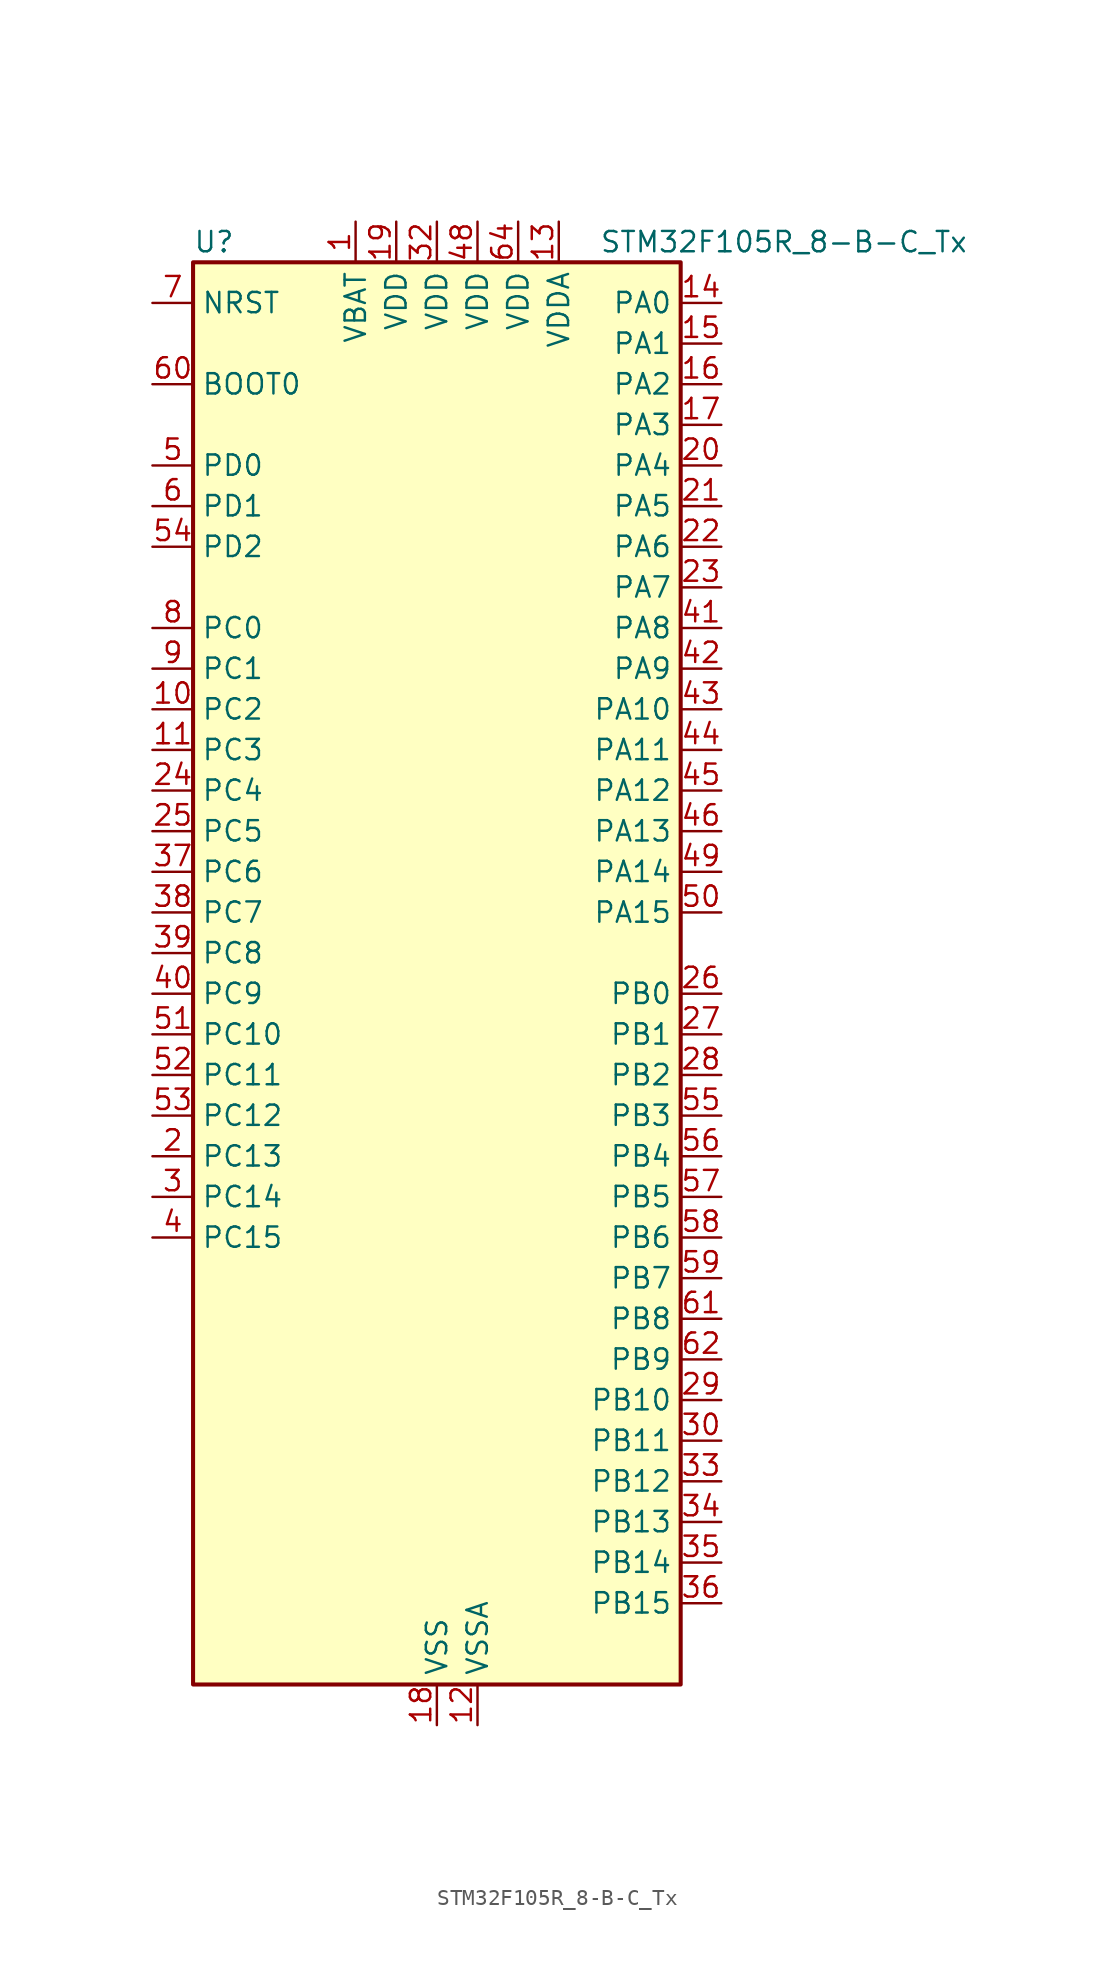
<source format=kicad_sym>
(kicad_symbol_lib
  (version 20231120)
  (generator "kicad_symbol_editor")
  (generator_version "8.0")
  (symbol "STM32F105R_8-B-C_Tx"
    (property "Reference" "U"
      (at -15.24 46.99 0)
      (effects (font (size 1.27 1.27)) (justify left)))
    (property "Value" "STM32F105R_8-B-C_Tx"
      (at 10.16 46.99 0)
      (effects (font (size 1.27 1.27)) (justify left)))
    (property "ki_locked" ""
      (at 0 0 0)
      (effects (font (size 1.27 1.27))))
    (symbol "STM32F105R_8-B-C_Tx_0_1"
      (rectangle (start -15.24 -43.18) (end 15.24 45.72) (stroke (width 0.254) (type default)) (fill (type background))))
    (symbol "STM32F105R_8-B-C_Tx_1_1"
      (pin power_in line (at -5.08 48.26 270) (length 2.54) (name "VBAT" (effects (font (size 1.27 1.27)))) (number "1" (effects (font (size 1.27 1.27)))))
      (pin bidirectional line (at -17.78 17.78 0) (length 2.54) (name "PC2" (effects (font (size 1.27 1.27)))) (number "10" (effects (font (size 1.27 1.27)))) (alternate "ADC1_IN12" bidirectional line) (alternate "ADC2_IN12" bidirectional line))
      (pin bidirectional line (at -17.78 15.24 0) (length 2.54) (name "PC3" (effects (font (size 1.27 1.27)))) (number "11" (effects (font (size 1.27 1.27)))) (alternate "ADC1_IN13" bidirectional line) (alternate "ADC2_IN13" bidirectional line))
      (pin power_in line (at 2.54 -45.72 90) (length 2.54) (name "VSSA" (effects (font (size 1.27 1.27)))) (number "12" (effects (font (size 1.27 1.27)))))
      (pin power_in line (at 7.62 48.26 270) (length 2.54) (name "VDDA" (effects (font (size 1.27 1.27)))) (number "13" (effects (font (size 1.27 1.27)))))
      (pin bidirectional line (at 17.78 43.18 180) (length 2.54) (name "PA0" (effects (font (size 1.27 1.27)))) (number "14" (effects (font (size 1.27 1.27)))) (alternate "ADC1_IN0" bidirectional line) (alternate "ADC2_IN0" bidirectional line) (alternate "SYS_WKUP" bidirectional line) (alternate "TIM2_CH1" bidirectional line) (alternate "TIM2_ETR" bidirectional line) (alternate "TIM5_CH1" bidirectional line) (alternate "USART2_CTS" bidirectional line))
      (pin bidirectional line (at 17.78 40.64 180) (length 2.54) (name "PA1" (effects (font (size 1.27 1.27)))) (number "15" (effects (font (size 1.27 1.27)))) (alternate "ADC1_IN1" bidirectional line) (alternate "ADC2_IN1" bidirectional line) (alternate "TIM2_CH2" bidirectional line) (alternate "TIM5_CH2" bidirectional line) (alternate "USART2_RTS" bidirectional line))
      (pin bidirectional line (at 17.78 38.1 180) (length 2.54) (name "PA2" (effects (font (size 1.27 1.27)))) (number "16" (effects (font (size 1.27 1.27)))) (alternate "ADC1_IN2" bidirectional line) (alternate "ADC2_IN2" bidirectional line) (alternate "TIM2_CH3" bidirectional line) (alternate "TIM5_CH3" bidirectional line) (alternate "USART2_TX" bidirectional line))
      (pin bidirectional line (at 17.78 35.56 180) (length 2.54) (name "PA3" (effects (font (size 1.27 1.27)))) (number "17" (effects (font (size 1.27 1.27)))) (alternate "ADC1_IN3" bidirectional line) (alternate "ADC2_IN3" bidirectional line) (alternate "TIM2_CH4" bidirectional line) (alternate "TIM5_CH4" bidirectional line) (alternate "USART2_RX" bidirectional line))
      (pin power_in line (at 0 -45.72 90) (length 2.54) (name "VSS" (effects (font (size 1.27 1.27)))) (number "18" (effects (font (size 1.27 1.27)))))
      (pin power_in line (at -2.54 48.26 270) (length 2.54) (name "VDD" (effects (font (size 1.27 1.27)))) (number "19" (effects (font (size 1.27 1.27)))))
      (pin bidirectional line (at -17.78 -10.16 0) (length 2.54) (name "PC13" (effects (font (size 1.27 1.27)))) (number "2" (effects (font (size 1.27 1.27)))) (alternate "RTC_OUT" bidirectional line) (alternate "RTC_TAMPER" bidirectional line))
      (pin bidirectional line (at 17.78 33.02 180) (length 2.54) (name "PA4" (effects (font (size 1.27 1.27)))) (number "20" (effects (font (size 1.27 1.27)))) (alternate "ADC1_IN4" bidirectional line) (alternate "ADC2_IN4" bidirectional line) (alternate "DAC_OUT1" bidirectional line) (alternate "I2S3_WS" bidirectional line) (alternate "SPI1_NSS" bidirectional line) (alternate "SPI3_NSS" bidirectional line) (alternate "USART2_CK" bidirectional line))
      (pin bidirectional line (at 17.78 30.48 180) (length 2.54) (name "PA5" (effects (font (size 1.27 1.27)))) (number "21" (effects (font (size 1.27 1.27)))) (alternate "ADC1_IN5" bidirectional line) (alternate "ADC2_IN5" bidirectional line) (alternate "DAC_OUT2" bidirectional line) (alternate "SPI1_SCK" bidirectional line))
      (pin bidirectional line (at 17.78 27.94 180) (length 2.54) (name "PA6" (effects (font (size 1.27 1.27)))) (number "22" (effects (font (size 1.27 1.27)))) (alternate "ADC1_IN6" bidirectional line) (alternate "ADC2_IN6" bidirectional line) (alternate "SPI1_MISO" bidirectional line) (alternate "TIM1_BKIN" bidirectional line) (alternate "TIM3_CH1" bidirectional line))
      (pin bidirectional line (at 17.78 25.4 180) (length 2.54) (name "PA7" (effects (font (size 1.27 1.27)))) (number "23" (effects (font (size 1.27 1.27)))) (alternate "ADC1_IN7" bidirectional line) (alternate "ADC2_IN7" bidirectional line) (alternate "SPI1_MOSI" bidirectional line) (alternate "TIM1_CH1N" bidirectional line) (alternate "TIM3_CH2" bidirectional line))
      (pin bidirectional line (at -17.78 12.7 0) (length 2.54) (name "PC4" (effects (font (size 1.27 1.27)))) (number "24" (effects (font (size 1.27 1.27)))) (alternate "ADC1_IN14" bidirectional line) (alternate "ADC2_IN14" bidirectional line))
      (pin bidirectional line (at -17.78 10.16 0) (length 2.54) (name "PC5" (effects (font (size 1.27 1.27)))) (number "25" (effects (font (size 1.27 1.27)))) (alternate "ADC1_IN15" bidirectional line) (alternate "ADC2_IN15" bidirectional line))
      (pin bidirectional line (at 17.78 0 180) (length 2.54) (name "PB0" (effects (font (size 1.27 1.27)))) (number "26" (effects (font (size 1.27 1.27)))) (alternate "ADC1_IN8" bidirectional line) (alternate "ADC2_IN8" bidirectional line) (alternate "TIM1_CH2N" bidirectional line) (alternate "TIM3_CH3" bidirectional line))
      (pin bidirectional line (at 17.78 -2.54 180) (length 2.54) (name "PB1" (effects (font (size 1.27 1.27)))) (number "27" (effects (font (size 1.27 1.27)))) (alternate "ADC1_IN9" bidirectional line) (alternate "ADC2_IN9" bidirectional line) (alternate "TIM1_CH3N" bidirectional line) (alternate "TIM3_CH4" bidirectional line))
      (pin bidirectional line (at 17.78 -5.08 180) (length 2.54) (name "PB2" (effects (font (size 1.27 1.27)))) (number "28" (effects (font (size 1.27 1.27)))))
      (pin bidirectional line (at 17.78 -25.4 180) (length 2.54) (name "PB10" (effects (font (size 1.27 1.27)))) (number "29" (effects (font (size 1.27 1.27)))) (alternate "I2C2_SCL" bidirectional line) (alternate "TIM2_CH3" bidirectional line) (alternate "USART3_TX" bidirectional line))
      (pin bidirectional line (at -17.78 -12.7 0) (length 2.54) (name "PC14" (effects (font (size 1.27 1.27)))) (number "3" (effects (font (size 1.27 1.27)))) (alternate "RCC_OSC32_IN" bidirectional line))
      (pin bidirectional line (at 17.78 -27.94 180) (length 2.54) (name "PB11" (effects (font (size 1.27 1.27)))) (number "30" (effects (font (size 1.27 1.27)))) (alternate "ADC1_EXTI11" bidirectional line) (alternate "ADC2_EXTI11" bidirectional line) (alternate "I2C2_SDA" bidirectional line) (alternate "TIM2_CH4" bidirectional line) (alternate "USART3_RX" bidirectional line))
      (pin passive line (at 0 -45.72 90) (length 2.54) hide (name "VSS" (effects (font (size 1.27 1.27)))) (number "31" (effects (font (size 1.27 1.27)))))
      (pin power_in line (at 0 48.26 270) (length 2.54) (name "VDD" (effects (font (size 1.27 1.27)))) (number "32" (effects (font (size 1.27 1.27)))))
      (pin bidirectional line (at 17.78 -30.48 180) (length 2.54) (name "PB12" (effects (font (size 1.27 1.27)))) (number "33" (effects (font (size 1.27 1.27)))) (alternate "CAN2_RX" bidirectional line) (alternate "I2C2_SMBA" bidirectional line) (alternate "I2S2_WS" bidirectional line) (alternate "SPI2_NSS" bidirectional line) (alternate "TIM1_BKIN" bidirectional line) (alternate "USART3_CK" bidirectional line))
      (pin bidirectional line (at 17.78 -33.02 180) (length 2.54) (name "PB13" (effects (font (size 1.27 1.27)))) (number "34" (effects (font (size 1.27 1.27)))) (alternate "CAN2_TX" bidirectional line) (alternate "I2S2_CK" bidirectional line) (alternate "SPI2_SCK" bidirectional line) (alternate "TIM1_CH1N" bidirectional line) (alternate "USART3_CTS" bidirectional line))
      (pin bidirectional line (at 17.78 -35.56 180) (length 2.54) (name "PB14" (effects (font (size 1.27 1.27)))) (number "35" (effects (font (size 1.27 1.27)))) (alternate "SPI2_MISO" bidirectional line) (alternate "TIM1_CH2N" bidirectional line) (alternate "USART3_RTS" bidirectional line))
      (pin bidirectional line (at 17.78 -38.1 180) (length 2.54) (name "PB15" (effects (font (size 1.27 1.27)))) (number "36" (effects (font (size 1.27 1.27)))) (alternate "ADC1_EXTI15" bidirectional line) (alternate "ADC2_EXTI15" bidirectional line) (alternate "I2S2_SD" bidirectional line) (alternate "SPI2_MOSI" bidirectional line) (alternate "TIM1_CH3N" bidirectional line))
      (pin bidirectional line (at -17.78 7.62 0) (length 2.54) (name "PC6" (effects (font (size 1.27 1.27)))) (number "37" (effects (font (size 1.27 1.27)))) (alternate "I2S2_MCK" bidirectional line) (alternate "TIM3_CH1" bidirectional line))
      (pin bidirectional line (at -17.78 5.08 0) (length 2.54) (name "PC7" (effects (font (size 1.27 1.27)))) (number "38" (effects (font (size 1.27 1.27)))) (alternate "I2S3_MCK" bidirectional line) (alternate "TIM3_CH2" bidirectional line))
      (pin bidirectional line (at -17.78 2.54 0) (length 2.54) (name "PC8" (effects (font (size 1.27 1.27)))) (number "39" (effects (font (size 1.27 1.27)))) (alternate "TIM3_CH3" bidirectional line))
      (pin bidirectional line (at -17.78 -15.24 0) (length 2.54) (name "PC15" (effects (font (size 1.27 1.27)))) (number "4" (effects (font (size 1.27 1.27)))) (alternate "ADC1_EXTI15" bidirectional line) (alternate "ADC2_EXTI15" bidirectional line) (alternate "RCC_OSC32_OUT" bidirectional line))
      (pin bidirectional line (at -17.78 0 0) (length 2.54) (name "PC9" (effects (font (size 1.27 1.27)))) (number "40" (effects (font (size 1.27 1.27)))) (alternate "DAC_EXTI9" bidirectional line) (alternate "TIM3_CH4" bidirectional line))
      (pin bidirectional line (at 17.78 22.86 180) (length 2.54) (name "PA8" (effects (font (size 1.27 1.27)))) (number "41" (effects (font (size 1.27 1.27)))) (alternate "RCC_MCO" bidirectional line) (alternate "TIM1_CH1" bidirectional line) (alternate "USART1_CK" bidirectional line) (alternate "USB_OTG_FS_SOF" bidirectional line))
      (pin bidirectional line (at 17.78 20.32 180) (length 2.54) (name "PA9" (effects (font (size 1.27 1.27)))) (number "42" (effects (font (size 1.27 1.27)))) (alternate "DAC_EXTI9" bidirectional line) (alternate "TIM1_CH2" bidirectional line) (alternate "USART1_TX" bidirectional line) (alternate "USB_OTG_FS_VBUS" bidirectional line))
      (pin bidirectional line (at 17.78 17.78 180) (length 2.54) (name "PA10" (effects (font (size 1.27 1.27)))) (number "43" (effects (font (size 1.27 1.27)))) (alternate "TIM1_CH3" bidirectional line) (alternate "USART1_RX" bidirectional line) (alternate "USB_OTG_FS_ID" bidirectional line))
      (pin bidirectional line (at 17.78 15.24 180) (length 2.54) (name "PA11" (effects (font (size 1.27 1.27)))) (number "44" (effects (font (size 1.27 1.27)))) (alternate "ADC1_EXTI11" bidirectional line) (alternate "ADC2_EXTI11" bidirectional line) (alternate "CAN1_RX" bidirectional line) (alternate "TIM1_CH4" bidirectional line) (alternate "USART1_CTS" bidirectional line) (alternate "USB_OTG_FS_DM" bidirectional line))
      (pin bidirectional line (at 17.78 12.7 180) (length 2.54) (name "PA12" (effects (font (size 1.27 1.27)))) (number "45" (effects (font (size 1.27 1.27)))) (alternate "CAN1_TX" bidirectional line) (alternate "TIM1_ETR" bidirectional line) (alternate "USART1_RTS" bidirectional line) (alternate "USB_OTG_FS_DP" bidirectional line))
      (pin bidirectional line (at 17.78 10.16 180) (length 2.54) (name "PA13" (effects (font (size 1.27 1.27)))) (number "46" (effects (font (size 1.27 1.27)))) (alternate "SYS_JTMS-SWDIO" bidirectional line))
      (pin passive line (at 0 -45.72 90) (length 2.54) hide (name "VSS" (effects (font (size 1.27 1.27)))) (number "47" (effects (font (size 1.27 1.27)))))
      (pin power_in line (at 2.54 48.26 270) (length 2.54) (name "VDD" (effects (font (size 1.27 1.27)))) (number "48" (effects (font (size 1.27 1.27)))))
      (pin bidirectional line (at 17.78 7.62 180) (length 2.54) (name "PA14" (effects (font (size 1.27 1.27)))) (number "49" (effects (font (size 1.27 1.27)))) (alternate "SYS_JTCK-SWCLK" bidirectional line))
      (pin bidirectional line (at -17.78 33.02 0) (length 2.54) (name "PD0" (effects (font (size 1.27 1.27)))) (number "5" (effects (font (size 1.27 1.27)))) (alternate "RCC_OSC_IN" bidirectional line))
      (pin bidirectional line (at 17.78 5.08 180) (length 2.54) (name "PA15" (effects (font (size 1.27 1.27)))) (number "50" (effects (font (size 1.27 1.27)))) (alternate "ADC1_EXTI15" bidirectional line) (alternate "ADC2_EXTI15" bidirectional line) (alternate "I2S3_WS" bidirectional line) (alternate "SPI1_NSS" bidirectional line) (alternate "SPI3_NSS" bidirectional line) (alternate "SYS_JTDI" bidirectional line) (alternate "TIM2_CH1" bidirectional line) (alternate "TIM2_ETR" bidirectional line))
      (pin bidirectional line (at -17.78 -2.54 0) (length 2.54) (name "PC10" (effects (font (size 1.27 1.27)))) (number "51" (effects (font (size 1.27 1.27)))) (alternate "I2S3_CK" bidirectional line) (alternate "SPI3_SCK" bidirectional line) (alternate "UART4_TX" bidirectional line) (alternate "USART3_TX" bidirectional line))
      (pin bidirectional line (at -17.78 -5.08 0) (length 2.54) (name "PC11" (effects (font (size 1.27 1.27)))) (number "52" (effects (font (size 1.27 1.27)))) (alternate "ADC1_EXTI11" bidirectional line) (alternate "ADC2_EXTI11" bidirectional line) (alternate "SPI3_MISO" bidirectional line) (alternate "UART4_RX" bidirectional line) (alternate "USART3_RX" bidirectional line))
      (pin bidirectional line (at -17.78 -7.62 0) (length 2.54) (name "PC12" (effects (font (size 1.27 1.27)))) (number "53" (effects (font (size 1.27 1.27)))) (alternate "I2S3_SD" bidirectional line) (alternate "SPI3_MOSI" bidirectional line) (alternate "UART5_TX" bidirectional line) (alternate "USART3_CK" bidirectional line))
      (pin bidirectional line (at -17.78 27.94 0) (length 2.54) (name "PD2" (effects (font (size 1.27 1.27)))) (number "54" (effects (font (size 1.27 1.27)))) (alternate "TIM3_ETR" bidirectional line) (alternate "UART5_RX" bidirectional line))
      (pin bidirectional line (at 17.78 -7.62 180) (length 2.54) (name "PB3" (effects (font (size 1.27 1.27)))) (number "55" (effects (font (size 1.27 1.27)))) (alternate "I2S3_CK" bidirectional line) (alternate "SPI1_SCK" bidirectional line) (alternate "SPI3_SCK" bidirectional line) (alternate "SYS_JTDO" bidirectional line) (alternate "SYS_TRACESWO" bidirectional line) (alternate "TIM2_CH2" bidirectional line))
      (pin bidirectional line (at 17.78 -10.16 180) (length 2.54) (name "PB4" (effects (font (size 1.27 1.27)))) (number "56" (effects (font (size 1.27 1.27)))) (alternate "SPI1_MISO" bidirectional line) (alternate "SPI3_MISO" bidirectional line) (alternate "SYS_NJTRST" bidirectional line) (alternate "TIM3_CH1" bidirectional line))
      (pin bidirectional line (at 17.78 -12.7 180) (length 2.54) (name "PB5" (effects (font (size 1.27 1.27)))) (number "57" (effects (font (size 1.27 1.27)))) (alternate "CAN2_RX" bidirectional line) (alternate "I2C1_SMBA" bidirectional line) (alternate "I2S3_SD" bidirectional line) (alternate "SPI1_MOSI" bidirectional line) (alternate "SPI3_MOSI" bidirectional line) (alternate "TIM3_CH2" bidirectional line))
      (pin bidirectional line (at 17.78 -15.24 180) (length 2.54) (name "PB6" (effects (font (size 1.27 1.27)))) (number "58" (effects (font (size 1.27 1.27)))) (alternate "CAN2_TX" bidirectional line) (alternate "I2C1_SCL" bidirectional line) (alternate "TIM4_CH1" bidirectional line) (alternate "USART1_TX" bidirectional line))
      (pin bidirectional line (at 17.78 -17.78 180) (length 2.54) (name "PB7" (effects (font (size 1.27 1.27)))) (number "59" (effects (font (size 1.27 1.27)))) (alternate "I2C1_SDA" bidirectional line) (alternate "TIM4_CH2" bidirectional line) (alternate "USART1_RX" bidirectional line))
      (pin bidirectional line (at -17.78 30.48 0) (length 2.54) (name "PD1" (effects (font (size 1.27 1.27)))) (number "6" (effects (font (size 1.27 1.27)))) (alternate "RCC_OSC_OUT" bidirectional line))
      (pin input line (at -17.78 38.1 0) (length 2.54) (name "BOOT0" (effects (font (size 1.27 1.27)))) (number "60" (effects (font (size 1.27 1.27)))))
      (pin bidirectional line (at 17.78 -20.32 180) (length 2.54) (name "PB8" (effects (font (size 1.27 1.27)))) (number "61" (effects (font (size 1.27 1.27)))) (alternate "CAN1_RX" bidirectional line) (alternate "I2C1_SCL" bidirectional line) (alternate "TIM4_CH3" bidirectional line))
      (pin bidirectional line (at 17.78 -22.86 180) (length 2.54) (name "PB9" (effects (font (size 1.27 1.27)))) (number "62" (effects (font (size 1.27 1.27)))) (alternate "CAN1_TX" bidirectional line) (alternate "DAC_EXTI9" bidirectional line) (alternate "I2C1_SDA" bidirectional line) (alternate "TIM4_CH4" bidirectional line))
      (pin passive line (at 0 -45.72 90) (length 2.54) hide (name "VSS" (effects (font (size 1.27 1.27)))) (number "63" (effects (font (size 1.27 1.27)))))
      (pin power_in line (at 5.08 48.26 270) (length 2.54) (name "VDD" (effects (font (size 1.27 1.27)))) (number "64" (effects (font (size 1.27 1.27)))))
      (pin input line (at -17.78 43.18 0) (length 2.54) (name "NRST" (effects (font (size 1.27 1.27)))) (number "7" (effects (font (size 1.27 1.27)))))
      (pin bidirectional line (at -17.78 22.86 0) (length 2.54) (name "PC0" (effects (font (size 1.27 1.27)))) (number "8" (effects (font (size 1.27 1.27)))) (alternate "ADC1_IN10" bidirectional line) (alternate "ADC2_IN10" bidirectional line))
      (pin bidirectional line (at -17.78 20.32 0) (length 2.54) (name "PC1" (effects (font (size 1.27 1.27)))) (number "9" (effects (font (size 1.27 1.27)))) (alternate "ADC1_IN11" bidirectional line) (alternate "ADC2_IN11" bidirectional line)))))
</source>
